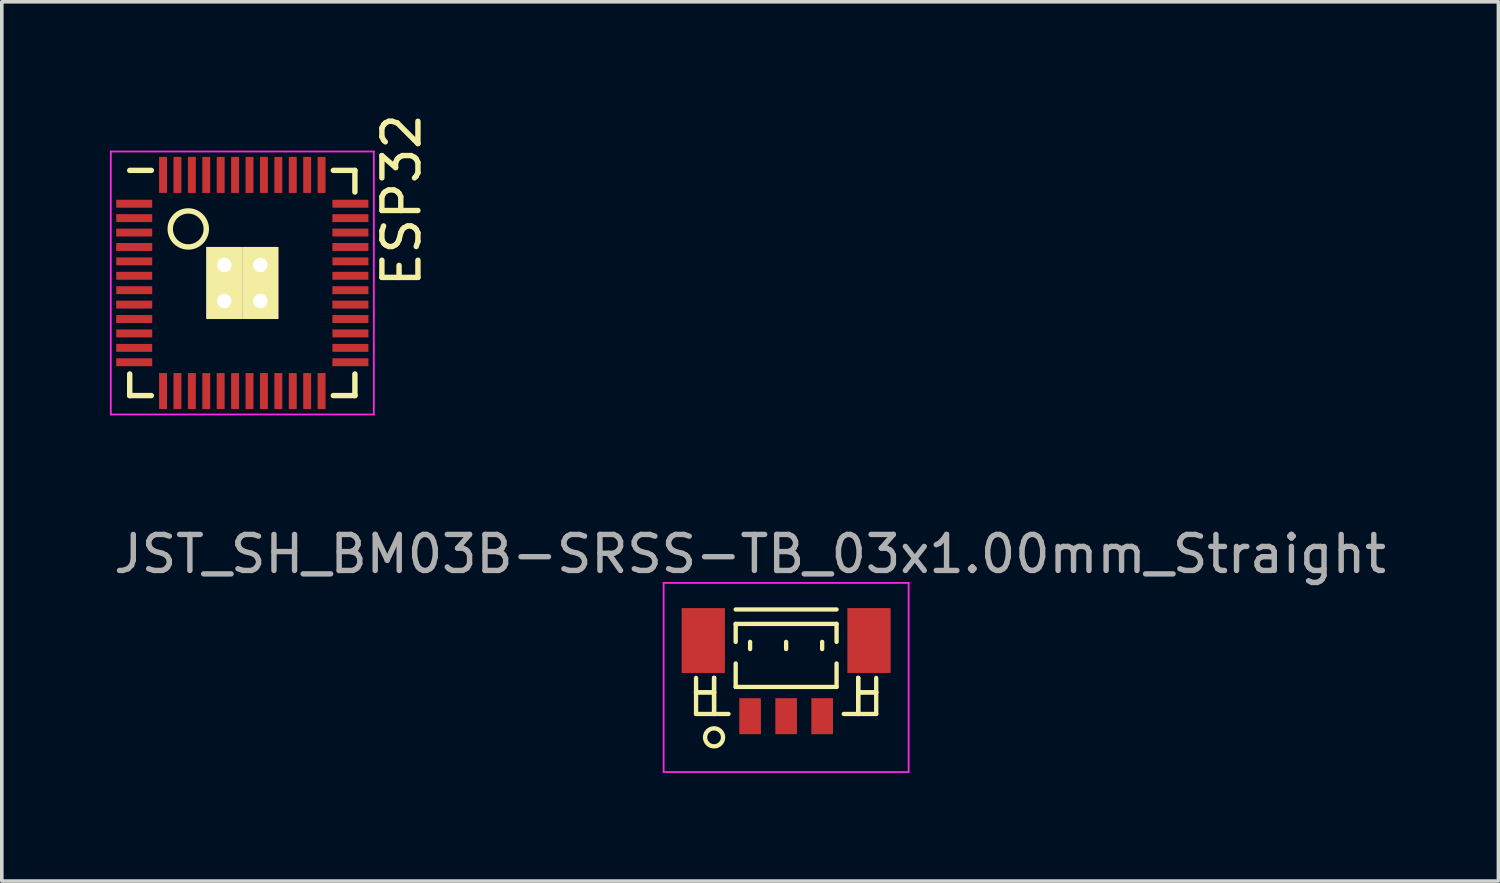
<source format=kicad_pcb>
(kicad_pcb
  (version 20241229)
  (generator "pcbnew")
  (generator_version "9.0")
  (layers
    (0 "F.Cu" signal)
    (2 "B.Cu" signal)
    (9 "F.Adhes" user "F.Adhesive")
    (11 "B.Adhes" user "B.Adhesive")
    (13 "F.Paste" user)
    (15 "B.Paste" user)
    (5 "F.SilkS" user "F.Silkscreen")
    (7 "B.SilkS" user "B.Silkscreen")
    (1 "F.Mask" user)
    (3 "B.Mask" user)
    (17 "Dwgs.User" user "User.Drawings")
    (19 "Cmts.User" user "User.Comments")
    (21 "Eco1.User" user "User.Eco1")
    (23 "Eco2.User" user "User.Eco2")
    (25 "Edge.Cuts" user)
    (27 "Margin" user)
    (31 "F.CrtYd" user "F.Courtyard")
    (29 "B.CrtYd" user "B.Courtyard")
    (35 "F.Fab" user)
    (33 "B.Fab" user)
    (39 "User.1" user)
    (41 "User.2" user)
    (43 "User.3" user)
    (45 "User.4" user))
  (footprint "JST_SH_BM03B-SRSS-TB_03x1.00mm_Straight"
    (layer "F.Cu")
    (at 18.768 15.827)
    (property "Reference" "JST_SH_BM03B-SRSS-TB_03x1.00mm_Straight" (at -1 -3.5 0) (layer "F.Fab") (effects (font (size 1 1) (thickness 0.15))))
    (attr smd)
    (fp_line (start -2.5 -0.062) (end -2.5 0.938) (stroke (width 0.12) (type solid)) (layer "F.SilkS"))
    (fp_line (start -2.5 0.338) (end -2.5 0.338) (stroke (width 0.12) (type solid)) (layer "F.SilkS"))
    (fp_line (start -2.5 0.338) (end -2 0.338) (stroke (width 0.12) (type solid)) (layer "F.SilkS"))
    (fp_line (start -2.5 0.938) (end -1.6 0.938) (stroke (width 0.12) (type solid)) (layer "F.SilkS"))
    (fp_line (start -2 -0.062) (end -2 -0.062) (stroke (width 0.12) (type solid)) (layer "F.SilkS"))
    (fp_line (start -2 -0.062) (end -2 0.938) (stroke (width 0.12) (type solid)) (layer "F.SilkS"))
    (fp_line (start -2 0.338) (end -2.5 0.338) (stroke (width 0.12) (type solid)) (layer "F.SilkS"))
    (fp_line (start -2 0.338) (end -2 0.338) (stroke (width 0.12) (type solid)) (layer "F.SilkS"))
    (fp_line (start -2 0.938) (end -2 -0.062) (stroke (width 0.12) (type solid)) (layer "F.SilkS"))
    (fp_line (start -2 0.938) (end -2 0.938) (stroke (width 0.12) (type solid)) (layer "F.SilkS"))
    (fp_line (start -1.4 -1.962) (end 1.4 -1.962) (stroke (width 0.12) (type solid)) (layer "F.SilkS"))
    (fp_line (start -1.4 -1.562) (end 1.4 -1.562) (stroke (width 0.12) (type solid)) (layer "F.SilkS"))
    (fp_line (start -1.4 -1.062) (end -1.4 -1.562) (stroke (width 0.12) (type solid)) (layer "F.SilkS"))
    (fp_line (start -1.4 -0.463) (end -1.4 0.188) (stroke (width 0.12) (type solid)) (layer "F.SilkS"))
    (fp_line (start -1.4 0.188) (end 1.4 0.188) (stroke (width 0.12) (type solid)) (layer "F.SilkS"))
    (fp_line (start -1 -1.062) (end -1 -0.863) (stroke (width 0.12) (type solid)) (layer "F.SilkS"))
    (fp_line (start 0 -1.062) (end 0 -0.863) (stroke (width 0.12) (type solid)) (layer "F.SilkS"))
    (fp_line (start 1 -1.062) (end 1 -0.863) (stroke (width 0.12) (type solid)) (layer "F.SilkS"))
    (fp_line (start 1.4 -1.562) (end 1.4 -1.062) (stroke (width 0.12) (type solid)) (layer "F.SilkS"))
    (fp_line (start 1.4 0.188) (end 1.4 -0.463) (stroke (width 0.12) (type solid)) (layer "F.SilkS"))
    (fp_line (start 2 -0.062) (end 2 -0.062) (stroke (width 0.12) (type solid)) (layer "F.SilkS"))
    (fp_line (start 2 -0.062) (end 2 0.938) (stroke (width 0.12) (type solid)) (layer "F.SilkS"))
    (fp_line (start 2 0.338) (end 2 0.338) (stroke (width 0.12) (type solid)) (layer "F.SilkS"))
    (fp_line (start 2 0.338) (end 2.5 0.338) (stroke (width 0.12) (type solid)) (layer "F.SilkS"))
    (fp_line (start 2 0.938) (end 2 -0.062) (stroke (width 0.12) (type solid)) (layer "F.SilkS"))
    (fp_line (start 2 0.938) (end 2 0.938) (stroke (width 0.12) (type solid)) (layer "F.SilkS"))
    (fp_line (start 2.5 -0.062) (end 2.5 0.938) (stroke (width 0.12) (type solid)) (layer "F.SilkS"))
    (fp_line (start 2.5 0.338) (end 2 0.338) (stroke (width 0.12) (type solid)) (layer "F.SilkS"))
    (fp_line (start 2.5 0.338) (end 2.5 0.338) (stroke (width 0.12) (type solid)) (layer "F.SilkS"))
    (fp_line (start 2.5 0.938) (end 1.6 0.938) (stroke (width 0.12) (type solid)) (layer "F.SilkS"))
    (fp_circle (center -2 1.587) (end -1.75 1.587) (stroke (width 0.12) (type solid)) (fill no) (layer "F.SilkS"))
    (fp_line (start -3.4 -2.7) (end 3.4 -2.7) (stroke (width 0.05) (type solid)) (layer "F.CrtYd"))
    (fp_line (start -3.4 2.55) (end -3.4 -2.7) (stroke (width 0.05) (type solid)) (layer "F.CrtYd"))
    (fp_line (start 3.4 -2.7) (end 3.4 2.55) (stroke (width 0.05) (type solid)) (layer "F.CrtYd"))
    (fp_line (start 3.4 2.55) (end -3.4 2.55) (stroke (width 0.05) (type solid)) (layer "F.CrtYd"))
    (pad "" smd rect (at -2.3 -1.1) (size 1.2 1.8) (layers "F.Cu" "F.Mask" "F.Paste"))
    (pad "" smd rect (at 2.3 -1.1) (size 1.2 1.8) (layers "F.Cu" "F.Mask" "F.Paste"))
    (pad "1" smd rect (at -1 1) (size 0.6 1) (layers "F.Cu" "F.Mask" "F.Paste"))
    (pad "2" smd rect (at 0 1) (size 0.6 1) (layers "F.Cu" "F.Mask" "F.Paste"))
    (pad "3" smd rect (at 1 1) (size 0.6 1) (layers "F.Cu" "F.Mask" "F.Paste")))
  (footprint "ESP32"
    (layer "F.Cu")
    (at 3.675 4.804)
    (property "Reference" "ESP32" (at 4.419 -2.298 270) (layer "F.SilkS") (effects (font (size 1 1) (thickness 0.15))))
    (attr smd)
    (fp_line (start -3.125 -3.125) (end -2.525 -3.125) (stroke (width 0.15) (type solid)) (layer "F.SilkS"))
    (fp_line (start -3.125 3.125) (end -3.125 2.525) (stroke (width 0.15) (type solid)) (layer "F.SilkS"))
    (fp_line (start -3.125 3.125) (end -2.525 3.125) (stroke (width 0.15) (type solid)) (layer "F.SilkS"))
    (fp_line (start 3.125 -3.125) (end 2.525 -3.125) (stroke (width 0.15) (type solid)) (layer "F.SilkS"))
    (fp_line (start 3.125 -3.125) (end 3.125 -2.525) (stroke (width 0.15) (type solid)) (layer "F.SilkS"))
    (fp_line (start 3.125 3.125) (end 2.525 3.125) (stroke (width 0.15) (type solid)) (layer "F.SilkS"))
    (fp_line (start 3.125 3.125) (end 3.125 2.525) (stroke (width 0.15) (type solid)) (layer "F.SilkS"))
    (fp_circle (center -1.5 -1.5) (end -2 -1.5) (stroke (width 0.15) (type solid)) (fill no) (layer "F.SilkS"))
    (fp_line (start -3.65 -3.65) (end -3.65 3.65) (stroke (width 0.05) (type solid)) (layer "F.CrtYd"))
    (fp_line (start -3.65 -3.65) (end 3.65 -3.65) (stroke (width 0.05) (type solid)) (layer "F.CrtYd"))
    (fp_line (start -3.65 3.65) (end 3.65 3.65) (stroke (width 0.05) (type solid)) (layer "F.CrtYd"))
    (fp_line (start 3.65 -3.65) (end 3.65 3.65) (stroke (width 0.05) (type solid)) (layer "F.CrtYd"))
    (pad "1" smd rect (at -3 -2.2) (size 1 0.22) (layers "F.Cu" "F.Mask" "F.Paste"))
    (pad "2" smd rect (at -3 -1.8) (size 1 0.22) (layers "F.Cu" "F.Mask" "F.Paste"))
    (pad "3" smd rect (at -3 -1.4) (size 1 0.22) (layers "F.Cu" "F.Mask" "F.Paste"))
    (pad "4" smd rect (at -3 -1) (size 1 0.22) (layers "F.Cu" "F.Mask" "F.Paste"))
    (pad "5" smd rect (at -3 -0.6) (size 1 0.22) (layers "F.Cu" "F.Mask" "F.Paste"))
    (pad "6" smd rect (at -3 -0.2) (size 1 0.22) (layers "F.Cu" "F.Mask" "F.Paste"))
    (pad "7" smd rect (at -3 0.2) (size 1 0.22) (layers "F.Cu" "F.Mask" "F.Paste"))
    (pad "8" smd rect (at -3 0.6) (size 1 0.22) (layers "F.Cu" "F.Mask" "F.Paste"))
    (pad "9" smd rect (at -3 1) (size 1 0.22) (layers "F.Cu" "F.Mask" "F.Paste"))
    (pad "10" smd rect (at -3 1.4) (size 1 0.22) (layers "F.Cu" "F.Mask" "F.Paste"))
    (pad "11" smd rect (at -3 1.8) (size 1 0.22) (layers "F.Cu" "F.Mask" "F.Paste"))
    (pad "12" smd rect (at -3 2.2) (size 1 0.22) (layers "F.Cu" "F.Mask" "F.Paste"))
    (pad "13" smd rect (at -2.2 3 90) (size 1 0.22) (layers "F.Cu" "F.Mask" "F.Paste"))
    (pad "14" smd rect (at -1.8 3 90) (size 1 0.22) (layers "F.Cu" "F.Mask" "F.Paste"))
    (pad "15" smd rect (at -1.4 3 90) (size 1 0.22) (layers "F.Cu" "F.Mask" "F.Paste"))
    (pad "16" smd rect (at -1 3 90) (size 1 0.22) (layers "F.Cu" "F.Mask" "F.Paste"))
    (pad "17" smd rect (at -0.6 3 90) (size 1 0.22) (layers "F.Cu" "F.Mask" "F.Paste"))
    (pad "18" smd rect (at -0.2 3 90) (size 1 0.22) (layers "F.Cu" "F.Mask" "F.Paste"))
    (pad "19" smd rect (at 0.2 3 90) (size 1 0.22) (layers "F.Cu" "F.Mask" "F.Paste"))
    (pad "20" smd rect (at 0.6 3 90) (size 1 0.22) (layers "F.Cu" "F.Mask" "F.Paste"))
    (pad "21" smd rect (at 1 3 90) (size 1 0.22) (layers "F.Cu" "F.Mask" "F.Paste"))
    (pad "22" smd rect (at 1.4 3 90) (size 1 0.22) (layers "F.Cu" "F.Mask" "F.Paste"))
    (pad "23" smd rect (at 1.8 3 90) (size 1 0.22) (layers "F.Cu" "F.Mask" "F.Paste"))
    (pad "24" smd rect (at 2.2 3 90) (size 1 0.22) (layers "F.Cu" "F.Mask" "F.Paste"))
    (pad "25" smd rect (at 3 2.2) (size 1 0.22) (layers "F.Cu" "F.Mask" "F.Paste"))
    (pad "26" smd rect (at 3 1.8) (size 1 0.22) (layers "F.Cu" "F.Mask" "F.Paste"))
    (pad "27" smd rect (at 3 1.4) (size 1 0.22) (layers "F.Cu" "F.Mask" "F.Paste"))
    (pad "28" smd rect (at 3 1) (size 1 0.22) (layers "F.Cu" "F.Mask" "F.Paste"))
    (pad "29" smd rect (at 3 0.6) (size 1 0.22) (layers "F.Cu" "F.Mask" "F.Paste"))
    (pad "30" smd rect (at 3 0.2) (size 1 0.22) (layers "F.Cu" "F.Mask" "F.Paste"))
    (pad "31" smd rect (at 3 -0.2) (size 1 0.22) (layers "F.Cu" "F.Mask" "F.Paste"))
    (pad "32" smd rect (at 3 -0.6) (size 1 0.22) (layers "F.Cu" "F.Mask" "F.Paste"))
    (pad "33" smd rect (at 3 -1) (size 1 0.22) (layers "F.Cu" "F.Mask" "F.Paste"))
    (pad "34" smd rect (at 3 -1.4) (size 1 0.22) (layers "F.Cu" "F.Mask" "F.Paste"))
    (pad "35" smd rect (at 3 -1.8) (size 1 0.22) (layers "F.Cu" "F.Mask" "F.Paste"))
    (pad "36" smd rect (at 3 -2.2) (size 1 0.22) (layers "F.Cu" "F.Mask" "F.Paste"))
    (pad "37" smd rect (at 2.2 -3 90) (size 1 0.22) (layers "F.Cu" "F.Mask" "F.Paste"))
    (pad "38" smd rect (at 1.8 -3 90) (size 1 0.22) (layers "F.Cu" "F.Mask" "F.Paste"))
    (pad "39" smd rect (at 1.4 -3 90) (size 1 0.22) (layers "F.Cu" "F.Mask" "F.Paste"))
    (pad "40" smd rect (at 1 -3 90) (size 1 0.22) (layers "F.Cu" "F.Mask" "F.Paste"))
    (pad "41" smd rect (at 0.6 -3 90) (size 1 0.22) (layers "F.Cu" "F.Mask" "F.Paste"))
    (pad "42" smd rect (at 0.2 -3 90) (size 1 0.22) (layers "F.Cu" "F.Mask" "F.Paste"))
    (pad "43" smd rect (at -0.2 -3 90) (size 1 0.22) (layers "F.Cu" "F.Mask" "F.Paste"))
    (pad "44" smd rect (at -0.6 -3 90) (size 1 0.22) (layers "F.Cu" "F.Mask" "F.Paste"))
    (pad "45" smd rect (at -1 -3 90) (size 1 0.22) (layers "F.Cu" "F.Mask" "F.Paste"))
    (pad "46" smd rect (at -1.4 -3 90) (size 1 0.22) (layers "F.Cu" "F.Mask" "F.Paste"))
    (pad "47" smd rect (at -1.8 -3 90) (size 1 0.22) (layers "F.Cu" "F.Mask" "F.Paste"))
    (pad "48" smd rect (at -2.2 -3 90) (size 1 0.22) (layers "F.Cu" "F.Mask" "F.Paste"))
    (pad "49" thru_hole rect (at -0.5 -0.5) (size 1 1) (drill 0.4) (layers "*.Cu" "*.Mask" "F.SilkS"))
    (pad "49" thru_hole rect (at -0.5 0.5) (size 1 1) (drill 0.4) (layers "*.Cu" "*.Mask" "F.SilkS"))
    (pad "49" thru_hole rect (at 0.5 -0.5) (size 1 1) (drill 0.4) (layers "*.Cu" "*.Mask" "F.SilkS"))
    (pad "49" thru_hole rect (at 0.5 0.5) (size 1 1) (drill 0.4) (layers "*.Cu" "*.Mask" "F.SilkS")))
  (gr_rect
    (start -3 -3)
    (end 38.536 21.402)
    (stroke (width 0.1) (type default))
    (fill no)
    (layer "Edge.Cuts")))
</source>
